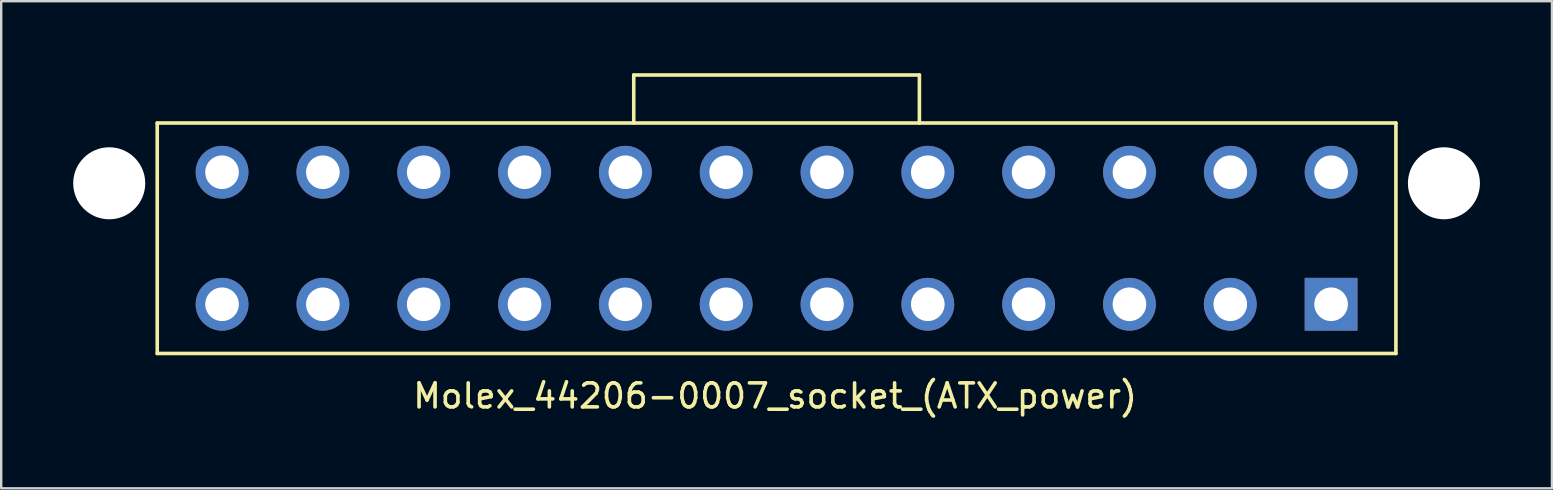
<source format=kicad_pcb>
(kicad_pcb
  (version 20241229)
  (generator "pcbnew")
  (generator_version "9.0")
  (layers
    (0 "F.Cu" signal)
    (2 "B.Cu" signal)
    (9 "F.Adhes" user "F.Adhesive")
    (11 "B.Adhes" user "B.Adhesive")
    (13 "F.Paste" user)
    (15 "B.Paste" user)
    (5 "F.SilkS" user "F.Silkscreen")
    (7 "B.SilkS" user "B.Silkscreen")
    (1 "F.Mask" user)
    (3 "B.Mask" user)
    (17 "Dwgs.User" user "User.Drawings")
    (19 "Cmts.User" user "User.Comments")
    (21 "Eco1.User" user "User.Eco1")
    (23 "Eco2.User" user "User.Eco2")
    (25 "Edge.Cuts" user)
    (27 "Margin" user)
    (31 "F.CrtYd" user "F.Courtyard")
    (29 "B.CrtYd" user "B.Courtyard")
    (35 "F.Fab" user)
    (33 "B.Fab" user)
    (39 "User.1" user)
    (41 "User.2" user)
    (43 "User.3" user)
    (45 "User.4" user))
  (footprint "Molex_44206-0007_socket_(ATX_power)"
    (layer "F.Cu")
    (at 29.3 6.875)
    (property "Reference" "Molex_44206-0007_socket_(ATX_power)" (at -0.06 6.57 0) (layer "F.SilkS") (effects (font (size 1 1) (thickness 0.15))))
    (attr through_hole)
    (fp_line (start -25.8 -4.8) (end -25.8 4.8) (stroke (width 0.15) (type solid)) (layer "F.SilkS"))
    (fp_line (start -25.8 4.8) (end 25.8 4.8) (stroke (width 0.15) (type solid)) (layer "F.SilkS"))
    (fp_line (start -5.95 -6.8) (end -5.95 -4.8) (stroke (width 0.15) (type solid)) (layer "F.SilkS"))
    (fp_line (start -5.95 -6.8) (end 5.95 -6.8) (stroke (width 0.15) (type solid)) (layer "F.SilkS"))
    (fp_line (start 5.95 -6.8) (end 5.95 -4.8) (stroke (width 0.15) (type solid)) (layer "F.SilkS"))
    (fp_line (start 25.8 -4.8) (end -25.8 -4.8) (stroke (width 0.15) (type solid)) (layer "F.SilkS"))
    (fp_line (start 25.8 4.8) (end 25.8 -4.8) (stroke (width 0.15) (type solid)) (layer "F.SilkS"))
    (pad "" np_thru_hole circle (at -27.8 -2.29) (size 3 3) (drill 3) (layers "*.Cu" "*.Mask"))
    (pad "" np_thru_hole circle (at 27.8 -2.29) (size 3 3) (drill 3) (layers "*.Cu" "*.Mask"))
    (pad "1" thru_hole rect (at 23.1 2.75) (size 2.2 2.2) (drill 1.4) (layers "*.Cu" "*.Mask"))
    (pad "2" thru_hole circle (at 18.9 2.75) (size 2.2 2.2) (drill 1.4) (layers "*.Cu" "*.Mask"))
    (pad "3" thru_hole circle (at 14.7 2.75) (size 2.2 2.2) (drill 1.4) (layers "*.Cu" "*.Mask"))
    (pad "4" thru_hole circle (at 10.5 2.75) (size 2.2 2.2) (drill 1.4) (layers "*.Cu" "*.Mask"))
    (pad "5" thru_hole circle (at 6.3 2.75) (size 2.2 2.2) (drill 1.4) (layers "*.Cu" "*.Mask"))
    (pad "6" thru_hole circle (at 2.1 2.75) (size 2.2 2.2) (drill 1.4) (layers "*.Cu" "*.Mask"))
    (pad "7" thru_hole circle (at -2.1 2.75) (size 2.2 2.2) (drill 1.4) (layers "*.Cu" "*.Mask"))
    (pad "8" thru_hole circle (at -6.3 2.75) (size 2.2 2.2) (drill 1.4) (layers "*.Cu" "*.Mask"))
    (pad "9" thru_hole circle (at -10.5 2.75) (size 2.2 2.2) (drill 1.4) (layers "*.Cu" "*.Mask"))
    (pad "10" thru_hole circle (at -14.7 2.75) (size 2.2 2.2) (drill 1.4) (layers "*.Cu" "*.Mask"))
    (pad "11" thru_hole circle (at -18.9 2.75) (size 2.2 2.2) (drill 1.4) (layers "*.Cu" "*.Mask"))
    (pad "12" thru_hole circle (at -23.1 2.75) (size 2.2 2.2) (drill 1.4) (layers "*.Cu" "*.Mask"))
    (pad "13" thru_hole circle (at 23.1 -2.75) (size 2.2 2.2) (drill 1.4) (layers "*.Cu" "*.Mask"))
    (pad "14" thru_hole circle (at 18.9 -2.75) (size 2.2 2.2) (drill 1.4) (layers "*.Cu" "*.Mask"))
    (pad "15" thru_hole circle (at 14.7 -2.75) (size 2.2 2.2) (drill 1.4) (layers "*.Cu" "*.Mask"))
    (pad "16" thru_hole circle (at 10.5 -2.75) (size 2.2 2.2) (drill 1.4) (layers "*.Cu" "*.Mask"))
    (pad "17" thru_hole circle (at 6.3 -2.75) (size 2.2 2.2) (drill 1.4) (layers "*.Cu" "*.Mask"))
    (pad "18" thru_hole circle (at 2.1 -2.75) (size 2.2 2.2) (drill 1.4) (layers "*.Cu" "*.Mask"))
    (pad "19" thru_hole circle (at -2.1 -2.75) (size 2.2 2.2) (drill 1.4) (layers "*.Cu" "*.Mask"))
    (pad "20" thru_hole circle (at -6.3 -2.75) (size 2.2 2.2) (drill 1.4) (layers "*.Cu" "*.Mask"))
    (pad "21" thru_hole circle (at -10.5 -2.75) (size 2.2 2.2) (drill 1.4) (layers "*.Cu" "*.Mask"))
    (pad "22" thru_hole circle (at -14.7 -2.75) (size 2.2 2.2) (drill 1.4) (layers "*.Cu" "*.Mask"))
    (pad "23" thru_hole circle (at -18.9 -2.75) (size 2.2 2.2) (drill 1.4) (layers "*.Cu" "*.Mask"))
    (pad "24" thru_hole circle (at -23.1 -2.75) (size 2.2 2.2) (drill 1.4) (layers "*.Cu" "*.Mask")))
  (gr_rect
    (start -3 -3)
    (end 61.6 17.293)
    (stroke (width 0.1) (type default))
    (fill no)
    (layer "Edge.Cuts")))
</source>
